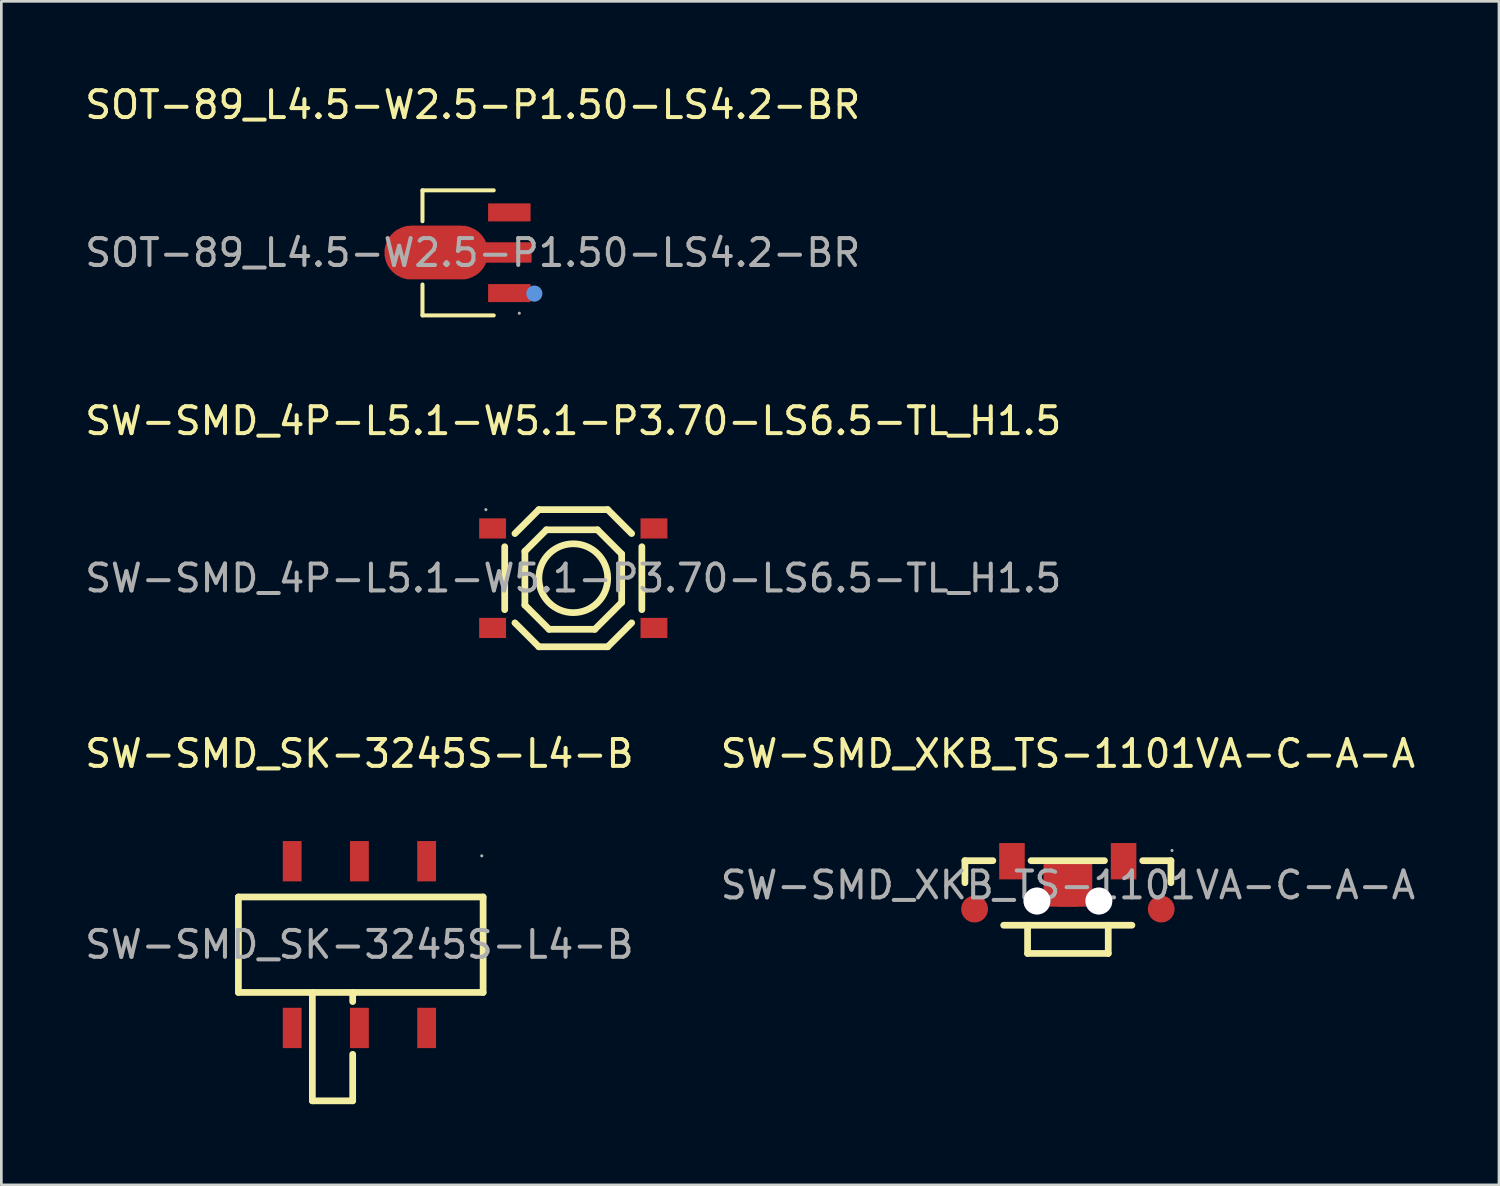
<source format=kicad_pcb>
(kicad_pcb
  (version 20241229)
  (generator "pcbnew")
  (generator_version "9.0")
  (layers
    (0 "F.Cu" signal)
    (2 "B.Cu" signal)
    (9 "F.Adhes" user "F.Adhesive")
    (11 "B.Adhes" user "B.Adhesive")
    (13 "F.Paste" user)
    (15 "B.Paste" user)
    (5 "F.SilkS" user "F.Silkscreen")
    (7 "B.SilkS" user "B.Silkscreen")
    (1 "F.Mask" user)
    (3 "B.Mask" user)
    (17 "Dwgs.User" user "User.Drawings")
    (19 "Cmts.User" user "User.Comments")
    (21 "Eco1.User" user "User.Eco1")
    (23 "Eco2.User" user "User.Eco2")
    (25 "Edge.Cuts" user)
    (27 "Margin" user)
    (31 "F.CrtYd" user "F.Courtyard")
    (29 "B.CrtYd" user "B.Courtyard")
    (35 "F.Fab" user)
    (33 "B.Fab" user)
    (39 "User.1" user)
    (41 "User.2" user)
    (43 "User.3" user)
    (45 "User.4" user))
  (footprint "SW-SMD_4P-L5.1-W5.1-P3.70-LS6.5-TL_H1.5"
    (layer "F.Cu")
    (at 18.268 18.451)
    (property "Reference" "SW-SMD_4P-L5.1-W5.1-P3.70-LS6.5-TL_H1.5" (at 0 -5.85 0) (layer "F.SilkS") (effects (font (size 1 1) (thickness 0.15))))
    (attr smd)
    (fp_line (start -2.55 -1.17) (end -2.55 1.17) (stroke (width 0.25) (type solid)) (layer "F.SilkS"))
    (fp_line (start -2.17 1.66) (end -1.28 2.55) (stroke (width 0.25) (type solid)) (layer "F.SilkS"))
    (fp_line (start -1.8 -1) (end -1 -1.8) (stroke (width 0.25) (type solid)) (layer "F.SilkS"))
    (fp_line (start -1.8 1) (end -1.8 -1) (stroke (width 0.25) (type solid)) (layer "F.SilkS"))
    (fp_line (start -1.28 -2.55) (end -2.17 -1.66) (stroke (width 0.25) (type solid)) (layer "F.SilkS"))
    (fp_line (start -1.28 -2.55) (end 1.28 -2.55) (stroke (width 0.25) (type solid)) (layer "F.SilkS"))
    (fp_line (start -1.28 2.55) (end 1.28 2.55) (stroke (width 0.25) (type solid)) (layer "F.SilkS"))
    (fp_line (start -1 -1.8) (end 0.9 -1.8) (stroke (width 0.25) (type solid)) (layer "F.SilkS"))
    (fp_line (start -0.9 1.9) (end -1.8 1) (stroke (width 0.25) (type solid)) (layer "F.SilkS"))
    (fp_line (start 0.8 1.9) (end -0.9 1.9) (stroke (width 0.25) (type solid)) (layer "F.SilkS"))
    (fp_line (start 0.9 -1.8) (end 1.8 -0.9) (stroke (width 0.25) (type solid)) (layer "F.SilkS"))
    (fp_line (start 1.28 -2.55) (end 2.17 -1.66) (stroke (width 0.25) (type solid)) (layer "F.SilkS"))
    (fp_line (start 1.8 -0.9) (end 1.8 0.9) (stroke (width 0.25) (type solid)) (layer "F.SilkS"))
    (fp_line (start 1.8 0.9) (end 0.8 1.9) (stroke (width 0.25) (type solid)) (layer "F.SilkS"))
    (fp_line (start 2.17 1.66) (end 1.28 2.55) (stroke (width 0.25) (type solid)) (layer "F.SilkS"))
    (fp_line (start 2.55 -1.17) (end 2.55 1.17) (stroke (width 0.25) (type solid)) (layer "F.SilkS"))
    (fp_circle (center 0 0) (end 1.28 0) (stroke (width 0.25) (type solid)) (fill no) (layer "F.SilkS"))
    (fp_circle (center -3.25 -2.55) (end -3.22 -2.55) (stroke (width 0.06) (type solid)) (fill no) (layer "F.Fab"))
    (fp_text user "${REFERENCE}" (at 0 0 0) (layer "F.Fab") (effects (font (size 1 1) (thickness 0.15))))
    (pad "1" smd rect (at -3 -1.85) (size 1 0.75) (layers "F.Cu" "F.Mask" "F.Paste"))
    (pad "2" smd rect (at 3 -1.85) (size 1 0.75) (layers "F.Cu" "F.Mask" "F.Paste"))
    (pad "3" smd rect (at -3 1.85) (size 1 0.75) (layers "F.Cu" "F.Mask" "F.Paste"))
    (pad "4" smd rect (at 3 1.85) (size 1 0.75) (layers "F.Cu" "F.Mask" "F.Paste")))
  (footprint "SW-SMD_XKB_TS-1101VA-C-A-A"
    (layer "F.Cu")
    (at 36.661 29.865)
    (property "Reference" "SW-SMD_XKB_TS-1101VA-C-A-A" (at 0 -4.89 0) (layer "F.SilkS") (effects (font (size 1 1) (thickness 0.15))))
    (attr smd)
    (fp_line (start -3.83 -0.91) (end -3.83 -0.09) (stroke (width 0.25) (type solid)) (layer "F.SilkS"))
    (fp_line (start -3.83 -0.91) (end -2.79 -0.91) (stroke (width 0.25) (type solid)) (layer "F.SilkS"))
    (fp_line (start -1.5 1.49) (end -1.5 2.54) (stroke (width 0.25) (type solid)) (layer "F.SilkS"))
    (fp_line (start -1.37 -0.91) (end 1.36 -0.91) (stroke (width 0.25) (type solid)) (layer "F.SilkS"))
    (fp_line (start 1.5 1.49) (end 1.5 2.54) (stroke (width 0.25) (type solid)) (layer "F.SilkS"))
    (fp_line (start 1.5 2.54) (end -1.5 2.54) (stroke (width 0.25) (type solid)) (layer "F.SilkS"))
    (fp_line (start 2.38 1.49) (end -2.39 1.49) (stroke (width 0.25) (type solid)) (layer "F.SilkS"))
    (fp_line (start 2.78 -0.91) (end 3.83 -0.91) (stroke (width 0.25) (type solid)) (layer "F.SilkS"))
    (fp_line (start 3.83 -0.91) (end 3.83 -0.09) (stroke (width 0.25) (type solid)) (layer "F.SilkS"))
    (fp_circle (center -1.15 0.59) (end -0.95 0.59) (stroke (width 0.4) (type solid)) (fill no) (layer "Cmts.User"))
    (fp_circle (center 1.15 0.59) (end 1.35 0.59) (stroke (width 0.4) (type solid)) (fill no) (layer "Cmts.User"))
    (fp_circle (center 3.87 -1.29) (end 3.9 -1.29) (stroke (width 0.06) (type solid)) (fill no) (layer "F.Fab"))
    (fp_text user "${REFERENCE}" (at 0 0 0) (layer "F.Fab") (effects (font (size 1 1) (thickness 0.15))))
    (pad "" thru_hole circle (at -1.15 0.59) (size 1 1) (drill 1) (layers "*.Cu" "*.Mask"))
    (pad "" thru_hole circle (at 1.15 0.59) (size 1 1) (drill 1) (layers "*.Cu" "*.Mask"))
    (pad "1" smd rect (at 2.07 -0.89 180) (size 0.95 1.35) (layers "F.Cu" "F.Mask" "F.Paste"))
    (pad "2" smd rect (at -2.08 -0.89 180) (size 0.95 1.35) (layers "F.Cu" "F.Mask" "F.Paste"))
    (pad "4" smd custom (at -3.47 0.89 180) (size 1 1) (layers "F.Cu" "F.Mask" "F.Paste") (options (anchor circle)) (primitives (gr_poly (pts (xy -4.32 1.64) (xy -2.62 1.64) (xy -2.62 1.04) (xy -3.12 1.04) (xy -3.12 0.14) (xy -4.33 0.14)) (width 0.1) (fill yes))))
    (pad "4" smd custom (at 3.47 0.89 180) (size 1 1) (layers "F.Cu" "F.Mask" "F.Paste") (options (anchor circle)) (primitives (gr_poly (pts (xy 4.32 1.64) (xy 2.62 1.64) (xy 2.62 1.04) (xy 3.12 1.04) (xy 3.12 0.14) (xy 4.33 0.14)) (width 0.1) (fill yes)))))
  (footprint "SW-SMD_SK-3245S-L4-B"
    (layer "F.Cu")
    (at 10.315 32.075)
    (property "Reference" "SW-SMD_SK-3245S-L4-B" (at 0 -7.1 0) (layer "F.SilkS") (effects (font (size 1 1) (thickness 0.15))))
    (attr smd)
    (fp_line (start -4.5 -1.77) (end 4.6 -1.77) (stroke (width 0.25) (type solid)) (layer "F.SilkS"))
    (fp_line (start -4.5 1.78) (end -4.5 -1.77) (stroke (width 0.25) (type solid)) (layer "F.SilkS"))
    (fp_line (start -4.5 1.78) (end 4.6 1.78) (stroke (width 0.25) (type solid)) (layer "F.SilkS"))
    (fp_line (start -1.75 1.78) (end -1.75 5.81) (stroke (width 0.25) (type solid)) (layer "F.SilkS"))
    (fp_line (start -1.75 5.81) (end -0.25 5.81) (stroke (width 0.25) (type solid)) (layer "F.SilkS"))
    (fp_line (start -0.25 1.78) (end -0.25 1.78) (stroke (width 0.25) (type solid)) (layer "F.SilkS"))
    (fp_line (start -0.25 2.12) (end -0.25 1.78) (stroke (width 0.25) (type solid)) (layer "F.SilkS"))
    (fp_line (start -0.25 5.81) (end -0.25 4.08) (stroke (width 0.25) (type solid)) (layer "F.SilkS"))
    (fp_line (start 4.6 1.78) (end 4.6 -1.77) (stroke (width 0.25) (type solid)) (layer "F.SilkS"))
    (fp_circle (center 4.55 -3.3) (end 4.58 -3.3) (stroke (width 0.06) (type solid)) (fill no) (layer "F.Fab"))
    (fp_text user "${REFERENCE}" (at 0 0 0) (layer "F.Fab") (effects (font (size 1 1) (thickness 0.15))))
    (pad "1" smd rect (at 2.5 -3.1) (size 0.7 1.5) (layers "F.Cu" "F.Mask" "F.Paste"))
    (pad "2" smd rect (at 0 -3.1) (size 0.7 1.5) (layers "F.Cu" "F.Mask" "F.Paste"))
    (pad "3" smd rect (at -2.5 -3.1) (size 0.7 1.5) (layers "F.Cu" "F.Mask" "F.Paste"))
    (pad "4" smd rect (at 2.5 3.1) (size 0.7 1.5) (layers "F.Cu" "F.Mask" "F.Paste"))
    (pad "5" smd rect (at 0 3.1) (size 0.7 1.5) (layers "F.Cu" "F.Mask" "F.Paste"))
    (pad "6" smd rect (at -2.5 3.1) (size 0.7 1.5) (layers "F.Cu" "F.Mask" "F.Paste")))
  (footprint "SOT-89_L4.5-W2.5-P1.50-LS4.2-BR"
    (layer "F.Cu")
    (at 14.53 6.348)
    (property "Reference" "SOT-89_L4.5-W2.5-P1.50-LS4.2-BR" (at 0 -5.5 0) (layer "F.SilkS") (effects (font (size 1 1) (thickness 0.15))))
    (attr smd)
    (fp_line (start -1.87 -2.32) (end -1.87 -1.17) (stroke (width 0.15) (type solid)) (layer "F.SilkS"))
    (fp_line (start -1.87 2.33) (end -1.87 1.18) (stroke (width 0.15) (type solid)) (layer "F.SilkS"))
    (fp_line (start 0.78 -2.32) (end -1.87 -2.32) (stroke (width 0.15) (type solid)) (layer "F.SilkS"))
    (fp_line (start 0.78 2.33) (end -1.87 2.33) (stroke (width 0.15) (type solid)) (layer "F.SilkS"))
    (fp_circle (center 2.29 1.52) (end 2.44 1.52) (stroke (width 0.3) (type solid)) (fill no) (layer "Cmts.User"))
    (fp_circle (center 1.73 2.25) (end 1.76 2.25) (stroke (width 0.06) (type solid)) (fill no) (layer "F.Fab"))
    (fp_text user "${REFERENCE}" (at 0 0 0) (layer "F.Fab") (effects (font (size 1 1) (thickness 0.15))))
    (pad "1" smd rect (at 1.36 1.5) (size 1.58 0.67) (layers "F.Cu" "F.Mask" "F.Paste"))
    (pad "2" smd custom (at -1.36 -0.01) (size 0.01 0.01) (layers "F.Cu" "F.Mask" "F.Paste") (options (anchor circle)) (primitives (gr_poly (pts (xy -0.92 -0.95) (xy 0.93 -0.95) (xy 0.98 -0.94) (xy 1.02 -0.94) (xy 1.06 -0.94) (xy 1.11 -0.93) (xy 1.15 -0.92) (xy 1.2 -0.91) (xy 1.24 -0.89) (xy 1.28 -0.88) (xy 1.32 -0.86) (xy 1.36 -0.84) (xy 1.4 -0.82) (xy 1.44 -0.8) (xy 1.48 -0.77) (xy 1.51 -0.75) (xy 1.55 -0.72) (xy 1.58 -0.69) (xy 1.61 -0.66) (xy 1.64 -0.63) (xy 1.67 -0.59) (xy 1.7 -0.56) (xy 1.72 -0.52) (xy 1.75 -0.48) (xy 1.77 -0.44) (xy 1.79 -0.4) (xy 1.81 -0.33) (xy 3.5 -0.33) (xy 3.5 0.33) (xy 1.81 0.33) (xy 1.79 0.41) (xy 1.77 0.45) (xy 1.75 0.49) (xy 1.72 0.53) (xy 1.7 0.57) (xy 1.67 0.6) (xy 1.64 0.64) (xy 1.61 0.67) (xy 1.58 0.7) (xy 1.55 0.73) (xy 1.51 0.76) (xy 1.48 0.78) (xy 1.44 0.81) (xy 1.4 0.83) (xy 1.36 0.85) (xy 1.32 0.87) (xy 1.28 0.89) (xy 1.24 0.9) (xy 1.2 0.92) (xy 1.15 0.93) (xy 1.11 0.94) (xy 1.06 0.95) (xy 1.02 0.95) (xy 0.98 0.95) (xy 0.93 0.95) (xy -0.92 0.95) (xy -0.97 0.95) (xy -1.01 0.95) (xy -1.06 0.95) (xy -1.1 0.94) (xy -1.14 0.93) (xy -1.19 0.92) (xy -1.23 0.9) (xy -1.27 0.89) (xy -1.31 0.87) (xy -1.35 0.85) (xy -1.39 0.83) (xy -1.43 0.81) (xy -1.47 0.78) (xy -1.5 0.76) (xy -1.54 0.73) (xy -1.57 0.7) (xy -1.6 0.67) (xy -1.63 0.64) (xy -1.66 0.6) (xy -1.69 0.57) (xy -1.71 0.53) (xy -1.74 0.49) (xy -1.76 0.45) (xy -1.78 0.41) (xy -1.8 0.37) (xy -1.81 0.33) (xy -1.83 0.29) (xy -1.84 0.25) (xy -1.85 0.2) (xy -1.86 0.16) (xy -1.87 0.12) (xy -1.87 0.07) (xy -1.87 0.03) (xy -1.87 -0.02) (xy -1.87 -0.06) (xy -1.87 -0.11) (xy -1.86 -0.15) (xy -1.85 -0.19) (xy -1.84 -0.24) (xy -1.83 -0.28) (xy -1.81 -0.32) (xy -1.8 -0.36) (xy -1.78 -0.4) (xy -1.76 -0.44) (xy -1.74 -0.48) (xy -1.71 -0.52) (xy -1.69 -0.56) (xy -1.66 -0.59) (xy -1.63 -0.63) (xy -1.6 -0.66) (xy -1.57 -0.69) (xy -1.54 -0.72) (xy -1.5 -0.75) (xy -1.47 -0.77) (xy -1.43 -0.8) (xy -1.39 -0.82) (xy -1.35 -0.84) (xy -1.31 -0.86) (xy -1.27 -0.88) (xy -1.23 -0.89) (xy -1.19 -0.91) (xy -1.14 -0.92) (xy -1.1 -0.93) (xy -1.06 -0.94) (xy -1.01 -0.94) (xy -0.97 -0.94) (xy -0.92 -0.95)) (width 0.1) (fill yes))))
    (pad "3" smd rect (at 1.36 -1.5) (size 1.58 0.67) (layers "F.Cu" "F.Mask" "F.Paste")))
  (gr_rect
    (start -3 -3)
    (end 52.69 41.01)
    (stroke (width 0.1) (type default))
    (fill no)
    (layer "Edge.Cuts")))
</source>
